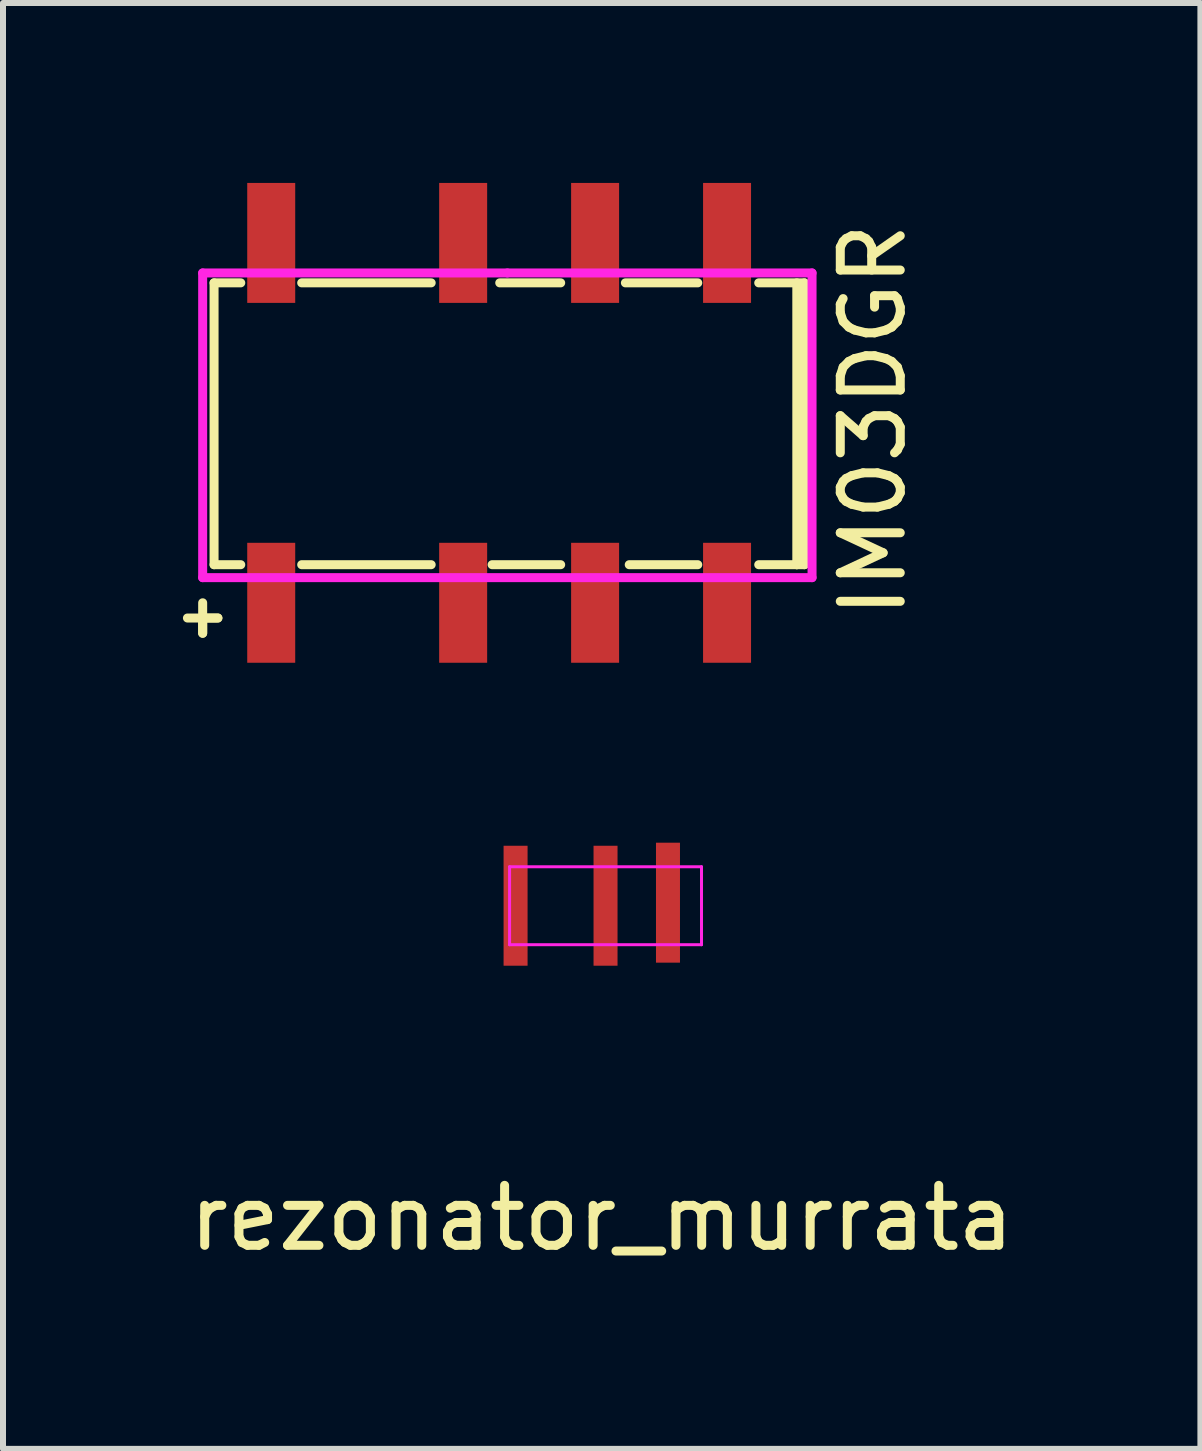
<source format=kicad_pcb>
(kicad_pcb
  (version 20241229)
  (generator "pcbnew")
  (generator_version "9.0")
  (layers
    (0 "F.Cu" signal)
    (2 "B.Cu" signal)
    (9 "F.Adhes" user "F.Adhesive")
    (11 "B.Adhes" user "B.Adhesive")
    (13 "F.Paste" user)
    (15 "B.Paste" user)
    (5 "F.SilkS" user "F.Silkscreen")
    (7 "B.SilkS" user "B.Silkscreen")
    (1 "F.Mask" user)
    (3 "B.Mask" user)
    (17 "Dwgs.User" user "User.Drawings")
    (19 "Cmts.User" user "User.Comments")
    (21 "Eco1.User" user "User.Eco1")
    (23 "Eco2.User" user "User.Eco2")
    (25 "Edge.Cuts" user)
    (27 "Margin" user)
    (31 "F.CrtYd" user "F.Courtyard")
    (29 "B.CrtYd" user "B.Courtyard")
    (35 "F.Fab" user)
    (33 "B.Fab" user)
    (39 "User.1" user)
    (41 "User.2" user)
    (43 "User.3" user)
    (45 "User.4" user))
  (footprint "IM03DGR"
    (layer "F.Cu")
    (at 1.472 7)
    (property "Reference" "IM03DGR" (at 10.033 -3.048 90) (layer "F.SilkS") (effects (font (size 1 1) (thickness 0.15))))
    (attr through_hole)
    (fp_line (start -1.143 0) (end -1.143 0.508) (stroke (width 0.15) (type solid)) (layer "F.SilkS"))
    (fp_line (start -1.143 0.254) (end -0.889 0.254) (stroke (width 0.15) (type solid)) (layer "F.SilkS"))
    (fp_line (start -1.143 0.508) (end -1.143 0.254) (stroke (width 0.15) (type solid)) (layer "F.SilkS"))
    (fp_line (start -0.953 -5.334) (end -0.953 -0.635) (stroke (width 0.15) (type solid)) (layer "F.SilkS"))
    (fp_line (start -0.953 -0.635) (end -0.508 -0.635) (stroke (width 0.15) (type solid)) (layer "F.SilkS"))
    (fp_line (start -0.889 0.254) (end -1.397 0.254) (stroke (width 0.15) (type solid)) (layer "F.SilkS"))
    (fp_line (start -0.508 -5.334) (end -0.953 -5.334) (stroke (width 0.15) (type solid)) (layer "F.SilkS"))
    (fp_line (start 0.508 -0.635) (end 2.667 -0.635) (stroke (width 0.15) (type solid)) (layer "F.SilkS"))
    (fp_line (start 2.667 -5.334) (end 0.508 -5.334) (stroke (width 0.15) (type solid)) (layer "F.SilkS"))
    (fp_line (start 3.683 -0.635) (end 4.826 -0.635) (stroke (width 0.15) (type solid)) (layer "F.SilkS"))
    (fp_line (start 4.826 -5.334) (end 3.81 -5.334) (stroke (width 0.15) (type solid)) (layer "F.SilkS"))
    (fp_line (start 5.969 -0.635) (end 7.112 -0.635) (stroke (width 0.15) (type solid)) (layer "F.SilkS"))
    (fp_line (start 7.112 -5.334) (end 5.905 -5.334) (stroke (width 0.15) (type solid)) (layer "F.SilkS"))
    (fp_line (start 8.128 -0.635) (end 8.763 -0.635) (stroke (width 0.15) (type solid)) (layer "F.SilkS"))
    (fp_line (start 8.763 -0.635) (end 8.763 -5.334) (stroke (width 0.15) (type solid)) (layer "F.SilkS"))
    (fp_line (start 8.763 -0.635) (end 8.89 -0.635) (stroke (width 0.15) (type solid)) (layer "F.SilkS"))
    (fp_line (start 8.89 -5.334) (end 8.128 -5.334) (stroke (width 0.15) (type solid)) (layer "F.SilkS"))
    (fp_line (start 8.89 -0.635) (end 8.89 -5.334) (stroke (width 0.15) (type solid)) (layer "F.SilkS"))
    (fp_line (start -1.143 -5.499) (end 3.937 -5.499) (stroke (width 0.15) (type solid)) (layer "F.CrtYd"))
    (fp_line (start -1.143 -0.419) (end -1.143 -5.499) (stroke (width 0.15) (type solid)) (layer "F.CrtYd"))
    (fp_line (start 3.937 -5.499) (end 9.017 -5.499) (stroke (width 0.15) (type solid)) (layer "F.CrtYd"))
    (fp_line (start 9.017 -5.499) (end 9.017 -0.419) (stroke (width 0.15) (type solid)) (layer "F.CrtYd"))
    (fp_line (start 9.017 -0.419) (end -1.143 -0.419) (stroke (width 0.15) (type solid)) (layer "F.CrtYd"))
    (pad "1" smd rect (at 0 0) (size 0.8 2) (layers "F.Cu" "F.Mask" "F.Paste"))
    (pad "2" smd rect (at 3.2 0) (size 0.8 2) (layers "F.Cu" "F.Mask" "F.Paste"))
    (pad "3" smd rect (at 5.4 0) (size 0.8 2) (layers "F.Cu" "F.Mask" "F.Paste"))
    (pad "4" smd rect (at 7.6 0) (size 0.8 2) (layers "F.Cu" "F.Mask" "F.Paste"))
    (pad "5" smd rect (at 7.6 -6) (size 0.8 2) (layers "F.Cu" "F.Mask" "F.Paste"))
    (pad "6" smd rect (at 5.4 -6) (size 0.8 2) (layers "F.Cu" "F.Mask" "F.Paste"))
    (pad "7" smd rect (at 3.2 -6) (size 0.8 2) (layers "F.Cu" "F.Mask" "F.Paste"))
    (pad "8" smd rect (at 0 -6) (size 0.8 2) (layers "F.Cu" "F.Mask" "F.Paste")))
  (footprint "rezonator_murrata"
    (layer "F.Cu")
    (at 7.046 12.051)
    (property "Reference" "rezonator_murrata" (at -0.064 5.207 0) (layer "F.SilkS") (effects (font (size 1 1) (thickness 0.15))))
    (attr through_hole)
    (fp_line (start -1.6 -0.65) (end -1.6 0.65) (stroke (width 0.05) (type solid)) (layer "F.CrtYd"))
    (fp_line (start -1.6 -0.65) (end 1.6 -0.65) (stroke (width 0.05) (type solid)) (layer "F.CrtYd"))
    (fp_line (start -1.6 0.65) (end 1.6 0.65) (stroke (width 0.05) (type solid)) (layer "F.CrtYd"))
    (fp_line (start 1.6 -0.65) (end 1.6 0.65) (stroke (width 0.05) (type solid)) (layer "F.CrtYd"))
    (pad "1" smd rect (at -1.5 0) (size 0.4 2) (layers "F.Cu" "F.Mask" "F.Paste"))
    (pad "2" smd rect (at 0 0) (size 0.4 2) (layers "F.Cu" "F.Mask" "F.Paste"))
    (pad "3" smd rect (at 1.041 -0.051) (size 0.4 2) (layers "F.Cu" "F.Mask" "F.Paste")))
  (gr_rect
    (start -3 -3)
    (end 16.964 21.106)
    (stroke (width 0.1) (type default))
    (fill no)
    (layer "Edge.Cuts")))
</source>
